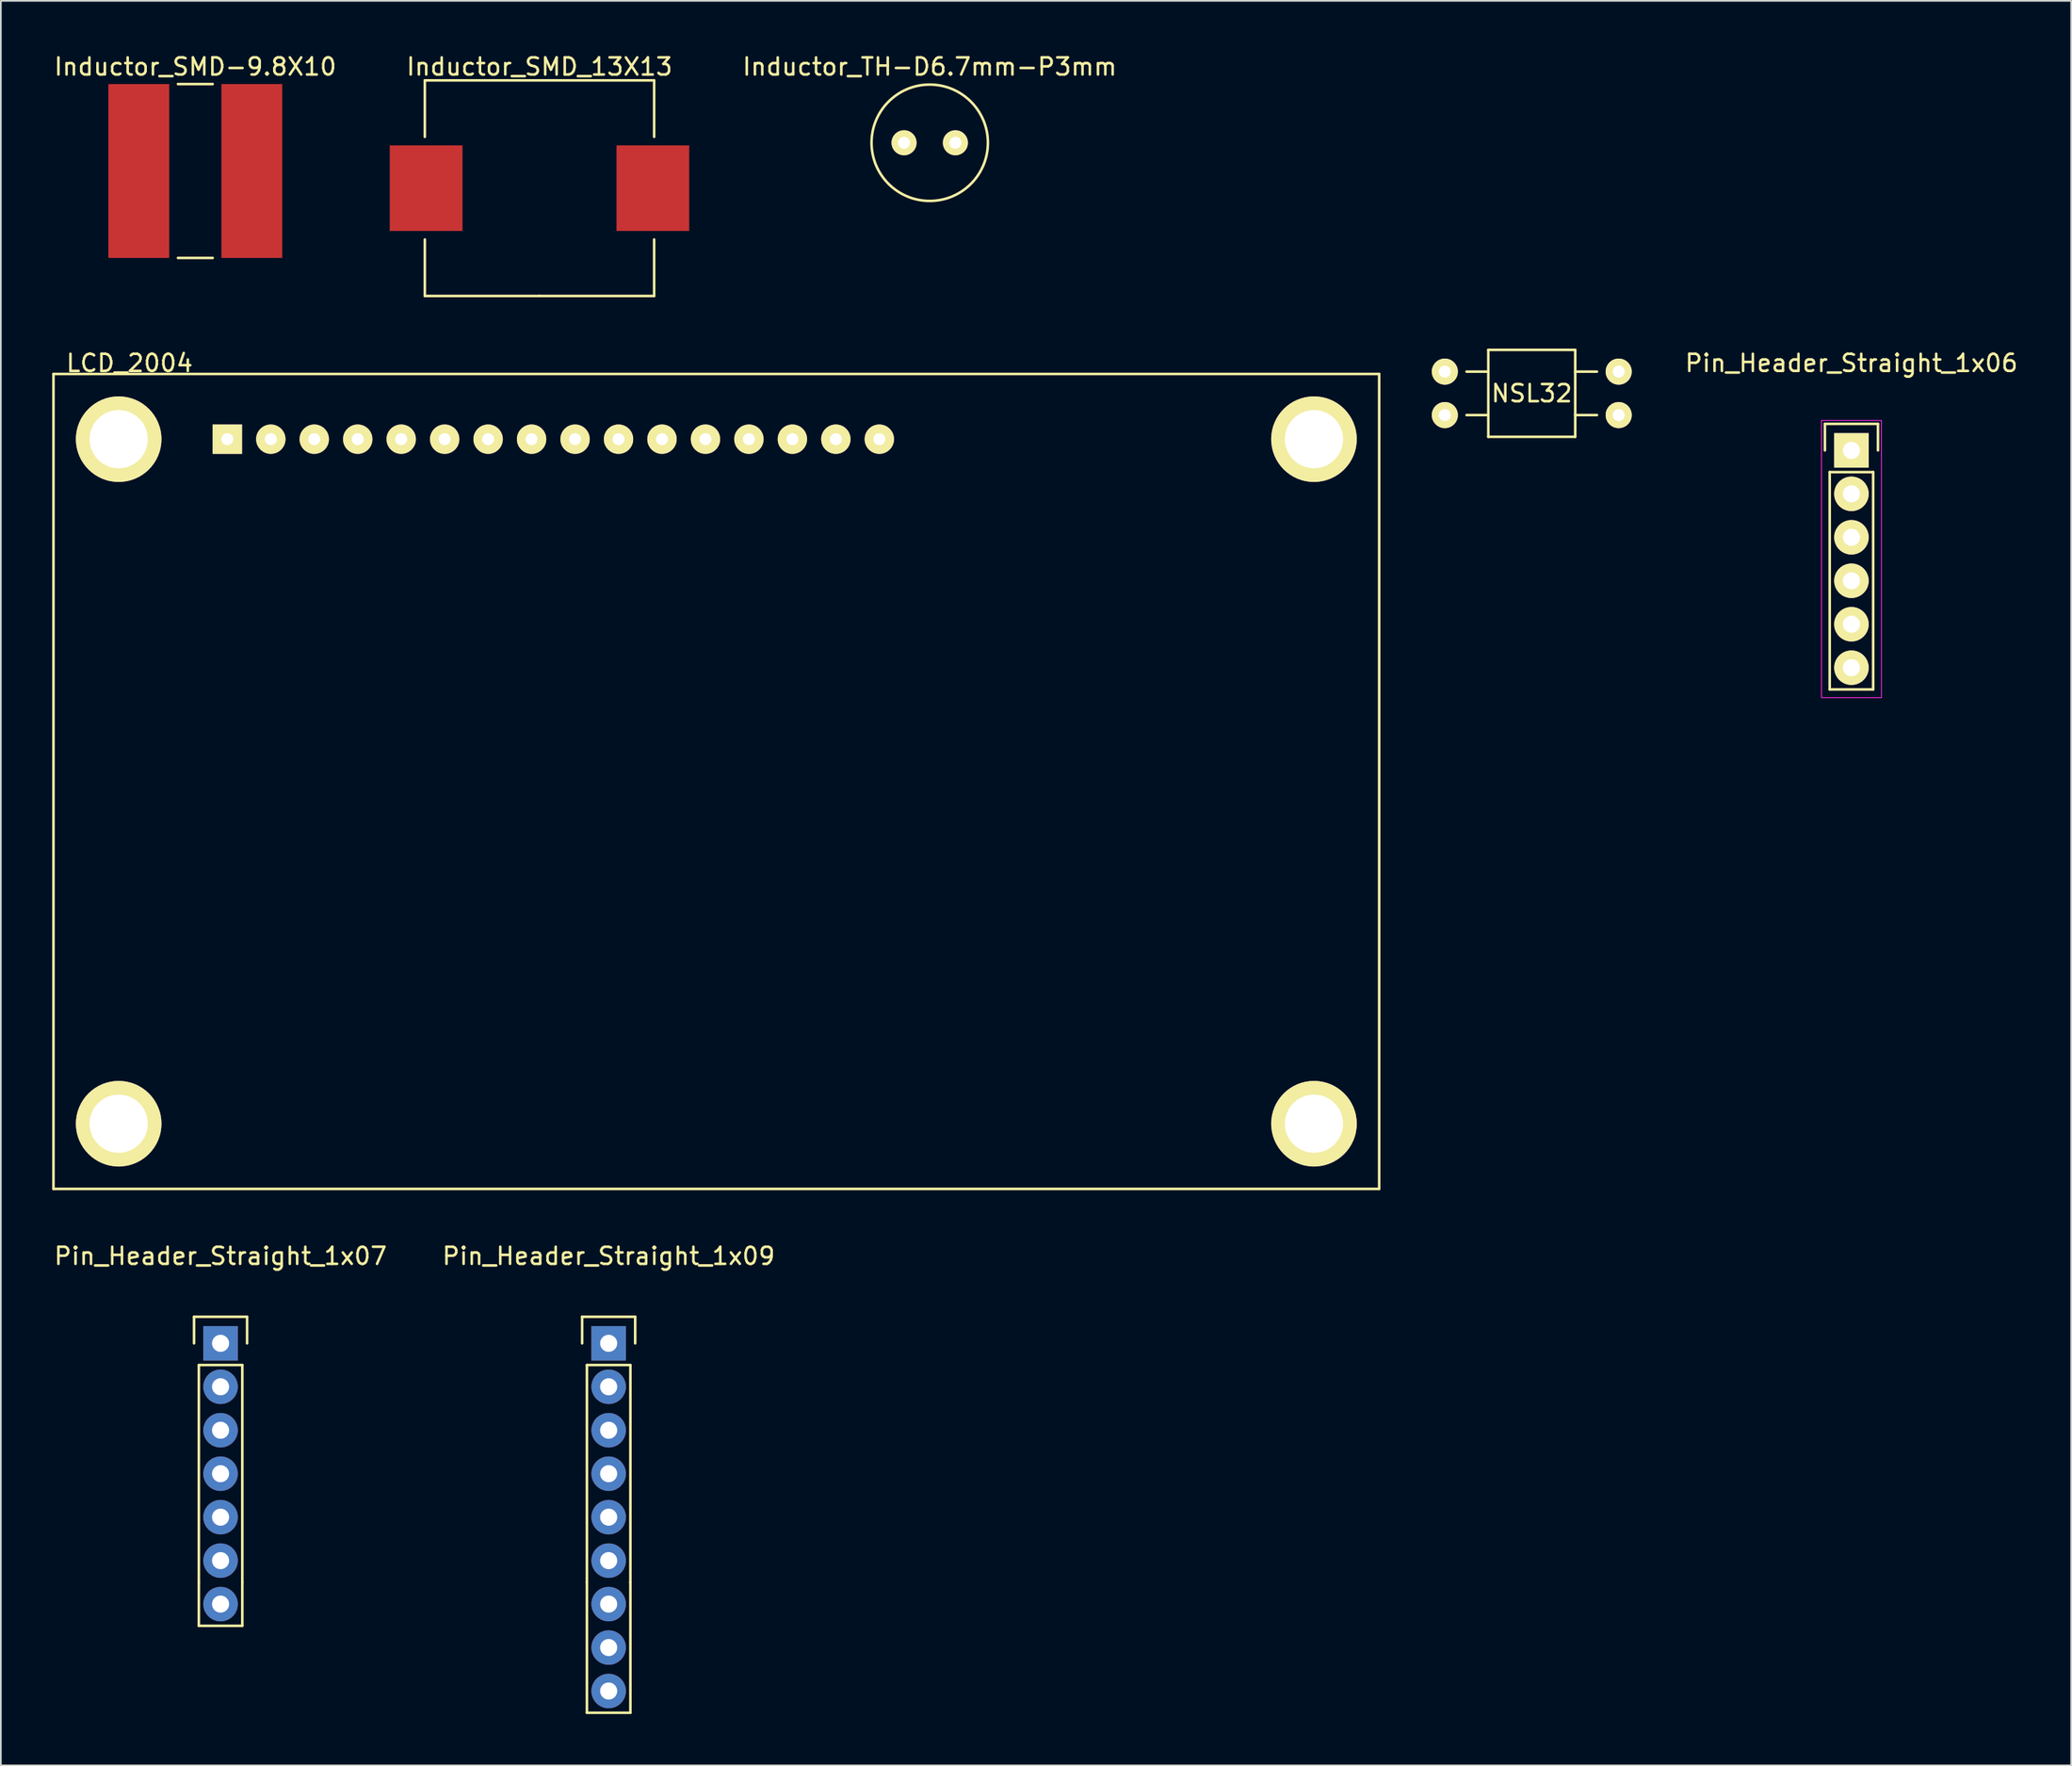
<source format=kicad_pcb>
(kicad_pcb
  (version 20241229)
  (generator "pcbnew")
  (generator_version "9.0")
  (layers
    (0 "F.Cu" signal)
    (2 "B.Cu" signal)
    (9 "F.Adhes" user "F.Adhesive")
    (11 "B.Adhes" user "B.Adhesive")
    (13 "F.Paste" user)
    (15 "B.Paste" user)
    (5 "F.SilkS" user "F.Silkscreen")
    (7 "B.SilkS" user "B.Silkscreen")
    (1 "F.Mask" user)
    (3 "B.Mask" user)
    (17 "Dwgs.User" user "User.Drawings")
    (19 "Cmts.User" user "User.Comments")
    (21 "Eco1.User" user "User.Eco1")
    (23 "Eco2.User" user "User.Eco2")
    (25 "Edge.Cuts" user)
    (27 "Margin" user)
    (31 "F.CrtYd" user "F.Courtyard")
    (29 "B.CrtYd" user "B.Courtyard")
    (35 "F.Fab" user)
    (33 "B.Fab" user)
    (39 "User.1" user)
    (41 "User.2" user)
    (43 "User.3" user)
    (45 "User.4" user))
  (footprint "Inductor_TH-D6.7mm-P3mm"
    (layer "F.Cu")
    (at 51.28 5.293)
    (property "Reference" "Inductor_TH-D6.7mm-P3mm" (at 0 -4.445 0) (layer "F.SilkS") (effects (font (size 1 1) (thickness 0.15))))
    (attr through_hole)
    (fp_circle (center 0 0) (end 3.4 0) (stroke (width 0.15) (type solid)) (fill no) (layer "F.SilkS"))
    (pad "1" thru_hole circle (at -1.5 0) (size 1.462 1.462) (drill 0.7) (layers "*.Cu" "*.Mask" "F.SilkS"))
    (pad "2" thru_hole circle (at 1.5 0) (size 1.462 1.462) (drill 0.7) (layers "*.Cu" "*.Mask" "F.SilkS")))
  (footprint "LCD_2004"
    (layer "F.Cu")
    (at 10.235 22.616)
    (property "Reference" "LCD_2004" (at -5.715 -4.445 0) (layer "F.SilkS") (effects (font (size 1 1) (thickness 0.15))))
    (attr through_hole)
    (fp_line (start -10.16 -3.81) (end 67.31 -3.81) (stroke (width 0.15) (type solid)) (layer "F.SilkS"))
    (fp_line (start -10.16 43.815) (end -10.16 -3.81) (stroke (width 0.15) (type solid)) (layer "F.SilkS"))
    (fp_line (start 67.31 -3.81) (end 67.31 43.815) (stroke (width 0.15) (type solid)) (layer "F.SilkS"))
    (fp_line (start 67.31 43.815) (end -10.16 43.815) (stroke (width 0.15) (type solid)) (layer "F.SilkS"))
    (pad "0" thru_hole circle (at -6.35 0) (size 5 5) (drill 3.4) (layers "*.Cu" "*.Mask" "F.SilkS"))
    (pad "0" thru_hole circle (at -6.35 40.005) (size 5 5) (drill 3.4) (layers "*.Cu" "*.Mask" "F.SilkS"))
    (pad "0" thru_hole circle (at 63.5 0) (size 5 5) (drill 3.4) (layers "*.Cu" "*.Mask" "F.SilkS"))
    (pad "0" thru_hole circle (at 63.5 40.005) (size 5 5) (drill 3.4) (layers "*.Cu" "*.Mask" "F.SilkS"))
    (pad "1" thru_hole rect (at 0 0) (size 1.716 1.716) (drill 0.7) (layers "*.Cu" "*.Mask" "F.SilkS"))
    (pad "2" thru_hole circle (at 2.54 0) (size 1.716 1.716) (drill 0.7) (layers "*.Cu" "*.Mask" "F.SilkS"))
    (pad "3" thru_hole circle (at 5.08 0) (size 1.716 1.716) (drill 0.7) (layers "*.Cu" "*.Mask" "F.SilkS"))
    (pad "4" thru_hole circle (at 7.62 0) (size 1.716 1.716) (drill 0.7) (layers "*.Cu" "*.Mask" "F.SilkS"))
    (pad "5" thru_hole circle (at 10.16 0) (size 1.716 1.716) (drill 0.7) (layers "*.Cu" "*.Mask" "F.SilkS"))
    (pad "6" thru_hole circle (at 12.7 0) (size 1.716 1.716) (drill 0.7) (layers "*.Cu" "*.Mask" "F.SilkS"))
    (pad "7" thru_hole circle (at 15.24 0) (size 1.716 1.716) (drill 0.7) (layers "*.Cu" "*.Mask" "F.SilkS"))
    (pad "8" thru_hole circle (at 17.78 0) (size 1.716 1.716) (drill 0.7) (layers "*.Cu" "*.Mask" "F.SilkS"))
    (pad "9" thru_hole circle (at 20.32 0) (size 1.716 1.716) (drill 0.7) (layers "*.Cu" "*.Mask" "F.SilkS"))
    (pad "10" thru_hole circle (at 22.86 0) (size 1.716 1.716) (drill 0.7) (layers "*.Cu" "*.Mask" "F.SilkS"))
    (pad "11" thru_hole circle (at 25.4 0) (size 1.716 1.716) (drill 0.7) (layers "*.Cu" "*.Mask" "F.SilkS"))
    (pad "12" thru_hole circle (at 27.94 0) (size 1.716 1.716) (drill 0.7) (layers "*.Cu" "*.Mask" "F.SilkS"))
    (pad "13" thru_hole circle (at 30.48 0) (size 1.716 1.716) (drill 0.7) (layers "*.Cu" "*.Mask" "F.SilkS"))
    (pad "14" thru_hole circle (at 33.02 0) (size 1.716 1.716) (drill 0.7) (layers "*.Cu" "*.Mask" "F.SilkS"))
    (pad "15" thru_hole circle (at 35.56 0) (size 1.716 1.716) (drill 0.7) (layers "*.Cu" "*.Mask" "F.SilkS"))
    (pad "16" thru_hole circle (at 38.1 0) (size 1.716 1.716) (drill 0.7) (layers "*.Cu" "*.Mask" "F.SilkS")))
  (footprint "Pin_Header_Straight_1x09"
    (layer "F.Cu")
    (at 32.518 75.455)
    (property "Reference" "Pin_Header_Straight_1x09" (at 0 -5.1 0) (layer "F.SilkS") (effects (font (size 1 1) (thickness 0.15))))
    (attr through_hole)
    (fp_line (start -1.55 -1.55) (end 1.55 -1.55) (stroke (width 0.15) (type solid)) (layer "F.SilkS"))
    (fp_line (start -1.55 0) (end -1.55 -1.55) (stroke (width 0.15) (type solid)) (layer "F.SilkS"))
    (fp_line (start -1.27 13.97) (end -1.27 1.27) (stroke (width 0.15) (type solid)) (layer "F.SilkS"))
    (fp_line (start -1.27 13.97) (end -1.27 21.59) (stroke (width 0.15) (type solid)) (layer "F.SilkS"))
    (fp_line (start -1.27 21.59) (end 1.27 21.59) (stroke (width 0.15) (type solid)) (layer "F.SilkS"))
    (fp_line (start 1.27 1.27) (end -1.27 1.27) (stroke (width 0.15) (type solid)) (layer "F.SilkS"))
    (fp_line (start 1.27 1.27) (end 1.27 13.97) (stroke (width 0.15) (type solid)) (layer "F.SilkS"))
    (fp_line (start 1.27 21.59) (end 1.27 13.97) (stroke (width 0.15) (type solid)) (layer "F.SilkS"))
    (fp_line (start 1.55 -1.55) (end 1.55 0) (stroke (width 0.15) (type solid)) (layer "F.SilkS"))
    (pad "1" thru_hole rect (at 0 0) (size 2.016 2.016) (drill 1) (layers "*.Cu" "*.Mask"))
    (pad "2" thru_hole circle (at 0 2.54) (size 2.016 2.016) (drill 1) (layers "*.Cu" "*.Mask"))
    (pad "3" thru_hole circle (at 0 5.08) (size 2.016 2.016) (drill 1) (layers "*.Cu" "*.Mask"))
    (pad "4" thru_hole circle (at 0 7.62) (size 2.016 2.016) (drill 1) (layers "*.Cu" "*.Mask"))
    (pad "5" thru_hole circle (at 0 10.16) (size 2.016 2.016) (drill 1) (layers "*.Cu" "*.Mask"))
    (pad "6" thru_hole circle (at 0 12.7) (size 2.016 2.016) (drill 1) (layers "*.Cu" "*.Mask"))
    (pad "7" thru_hole circle (at 0 15.24) (size 2.016 2.016) (drill 1) (layers "*.Cu" "*.Mask"))
    (pad "8" thru_hole circle (at 0 17.78) (size 2.016 2.016) (drill 1) (layers "*.Cu" "*.Mask"))
    (pad "9" thru_hole circle (at 0 20.32) (size 2.016 2.016) (drill 1) (layers "*.Cu" "*.Mask")))
  (footprint "Pin_Header_Straight_1x06"
    (layer "F.Cu")
    (at 105.143 23.271)
    (property "Reference" "Pin_Header_Straight_1x06" (at 0 -5.1 0) (layer "F.SilkS") (effects (font (size 1 1) (thickness 0.15))))
    (attr through_hole)
    (fp_line (start -1.55 -1.55) (end 1.55 -1.55) (stroke (width 0.15) (type solid)) (layer "F.SilkS"))
    (fp_line (start -1.55 0) (end -1.55 -1.55) (stroke (width 0.15) (type solid)) (layer "F.SilkS"))
    (fp_line (start -1.27 13.97) (end -1.27 1.27) (stroke (width 0.15) (type solid)) (layer "F.SilkS"))
    (fp_line (start 1.27 1.27) (end -1.27 1.27) (stroke (width 0.15) (type solid)) (layer "F.SilkS"))
    (fp_line (start 1.27 1.27) (end 1.27 13.97) (stroke (width 0.15) (type solid)) (layer "F.SilkS"))
    (fp_line (start 1.27 13.97) (end -1.27 13.97) (stroke (width 0.15) (type solid)) (layer "F.SilkS"))
    (fp_line (start 1.55 -1.55) (end 1.55 0) (stroke (width 0.15) (type solid)) (layer "F.SilkS"))
    (fp_line (start -1.75 -1.75) (end -1.75 14.45) (stroke (width 0.05) (type solid)) (layer "F.CrtYd"))
    (fp_line (start -1.75 -1.75) (end 1.75 -1.75) (stroke (width 0.05) (type solid)) (layer "F.CrtYd"))
    (fp_line (start -1.75 14.45) (end 1.75 14.45) (stroke (width 0.05) (type solid)) (layer "F.CrtYd"))
    (fp_line (start 1.75 -1.75) (end 1.75 14.45) (stroke (width 0.05) (type solid)) (layer "F.CrtYd"))
    (pad "1" thru_hole rect (at 0 0) (size 2.016 2.016) (drill 1) (layers "*.Cu" "*.Mask" "F.SilkS"))
    (pad "2" thru_hole circle (at 0 2.54) (size 2.016 2.016) (drill 1) (layers "*.Cu" "*.Mask" "F.SilkS"))
    (pad "3" thru_hole circle (at 0 5.08) (size 2.016 2.016) (drill 1) (layers "*.Cu" "*.Mask" "F.SilkS"))
    (pad "4" thru_hole circle (at 0 7.62) (size 2.016 2.016) (drill 1) (layers "*.Cu" "*.Mask" "F.SilkS"))
    (pad "5" thru_hole circle (at 0 10.16) (size 2.016 2.016) (drill 1) (layers "*.Cu" "*.Mask" "F.SilkS"))
    (pad "6" thru_hole circle (at 0 12.7) (size 2.016 2.016) (drill 1) (layers "*.Cu" "*.Mask" "F.SilkS")))
  (footprint "Inductor_SMD-9.8X10"
    (layer "F.Cu")
    (at 8.363 6.944)
    (property "Reference" "Inductor_SMD-9.8X10" (at 0 -6.096 0) (layer "F.SilkS") (effects (font (size 1 1) (thickness 0.15))))
    (attr through_hole)
    (fp_line (start -1.016 5.08) (end 1.016 5.08) (stroke (width 0.15) (type solid)) (layer "F.SilkS"))
    (fp_line (start 1.016 -5.08) (end -1.016 -5.08) (stroke (width 0.15) (type solid)) (layer "F.SilkS"))
    (pad "1" smd rect (at -3.302 0) (size 3.556 10.16) (layers "F.Cu" "F.Mask" "F.Paste"))
    (pad "2" smd rect (at 3.302 0) (size 3.556 10.16) (layers "F.Cu" "F.Mask" "F.Paste")))
  (footprint "NSL32"
    (layer "F.Cu")
    (at 86.462 19.938)
    (property "Reference" "NSL32" (at 0 0 180) (layer "F.SilkS") (effects (font (size 1 1) (thickness 0.15))))
    (attr through_hole)
    (fp_line (start -3.81 -1.27) (end -2.54 -1.27) (stroke (width 0.15) (type solid)) (layer "F.SilkS"))
    (fp_line (start -3.81 1.27) (end -2.54 1.27) (stroke (width 0.15) (type solid)) (layer "F.SilkS"))
    (fp_line (start -2.54 -2.54) (end 2.54 -2.54) (stroke (width 0.15) (type solid)) (layer "F.SilkS"))
    (fp_line (start -2.54 2.54) (end -2.54 -2.54) (stroke (width 0.15) (type solid)) (layer "F.SilkS"))
    (fp_line (start 2.54 -2.54) (end 2.54 2.54) (stroke (width 0.15) (type solid)) (layer "F.SilkS"))
    (fp_line (start 2.54 -1.27) (end 3.81 -1.27) (stroke (width 0.15) (type solid)) (layer "F.SilkS"))
    (fp_line (start 2.54 2.54) (end -2.54 2.54) (stroke (width 0.15) (type solid)) (layer "F.SilkS"))
    (fp_line (start 3.81 1.27) (end 2.54 1.27) (stroke (width 0.15) (type solid)) (layer "F.SilkS"))
    (pad "1" thru_hole circle (at 5.08 -1.27) (size 1.524 1.524) (drill 0.7) (layers "*.Cu" "*.Mask" "F.SilkS"))
    (pad "2" thru_hole circle (at 5.08 1.27) (size 1.524 1.524) (drill 0.7) (layers "*.Cu" "*.Mask" "F.SilkS"))
    (pad "3" thru_hole circle (at -5.08 -1.27) (size 1.524 1.524) (drill 0.7) (layers "*.Cu" "*.Mask" "F.SilkS"))
    (pad "4" thru_hole circle (at -5.08 1.27) (size 1.524 1.524) (drill 0.7) (layers "*.Cu" "*.Mask" "F.SilkS")))
  (footprint "Inductor_SMD_13X13"
    (layer "F.Cu")
    (at 28.476 7.948)
    (property "Reference" "Inductor_SMD_13X13" (at 0 -7.1 0) (layer "F.SilkS") (effects (font (size 1 1) (thickness 0.15))))
    (attr through_hole)
    (fp_line (start -6.7 -6.3) (end -6.7 -3) (stroke (width 0.15) (type solid)) (layer "F.SilkS"))
    (fp_line (start -6.7 -6.3) (end 6.7 -6.3) (stroke (width 0.15) (type solid)) (layer "F.SilkS"))
    (fp_line (start -6.7 6.3) (end -6.7 3) (stroke (width 0.15) (type solid)) (layer "F.SilkS"))
    (fp_line (start 0 6.3) (end -6.7 6.3) (stroke (width 0.15) (type solid)) (layer "F.SilkS"))
    (fp_line (start 6.7 -6.3) (end 6.7 -3) (stroke (width 0.15) (type solid)) (layer "F.SilkS"))
    (fp_line (start 6.7 3) (end 6.7 6.3) (stroke (width 0.15) (type solid)) (layer "F.SilkS"))
    (fp_line (start 6.7 6.3) (end 0 6.3) (stroke (width 0.15) (type solid)) (layer "F.SilkS"))
    (pad "1" smd rect (at -6.625 0) (size 4.25 5) (layers "F.Cu" "F.Mask" "F.Paste"))
    (pad "2" smd rect (at 6.625 0) (size 4.25 5) (layers "F.Cu" "F.Mask" "F.Paste")))
  (footprint "Pin_Header_Straight_1x07"
    (layer "F.Cu")
    (at 9.839 75.455)
    (property "Reference" "Pin_Header_Straight_1x07" (at 0 -5.1 0) (layer "F.SilkS") (effects (font (size 1 1) (thickness 0.15))))
    (attr through_hole)
    (fp_line (start -1.55 -1.55) (end 1.55 -1.55) (stroke (width 0.15) (type solid)) (layer "F.SilkS"))
    (fp_line (start -1.55 0) (end -1.55 -1.55) (stroke (width 0.15) (type solid)) (layer "F.SilkS"))
    (fp_line (start -1.27 13.97) (end -1.27 1.27) (stroke (width 0.15) (type solid)) (layer "F.SilkS"))
    (fp_line (start -1.27 13.97) (end -1.27 16.51) (stroke (width 0.15) (type solid)) (layer "F.SilkS"))
    (fp_line (start -1.27 16.51) (end 1.27 16.51) (stroke (width 0.15) (type solid)) (layer "F.SilkS"))
    (fp_line (start 1.27 1.27) (end -1.27 1.27) (stroke (width 0.15) (type solid)) (layer "F.SilkS"))
    (fp_line (start 1.27 1.27) (end 1.27 13.97) (stroke (width 0.15) (type solid)) (layer "F.SilkS"))
    (fp_line (start 1.27 16.51) (end 1.27 13.97) (stroke (width 0.15) (type solid)) (layer "F.SilkS"))
    (fp_line (start 1.55 -1.55) (end 1.55 0) (stroke (width 0.15) (type solid)) (layer "F.SilkS"))
    (pad "1" thru_hole rect (at 0 0) (size 2.016 2.016) (drill 1) (layers "*.Cu" "*.Mask"))
    (pad "2" thru_hole circle (at 0 2.54) (size 2.016 2.016) (drill 1) (layers "*.Cu" "*.Mask"))
    (pad "3" thru_hole circle (at 0 5.08) (size 2.016 2.016) (drill 1) (layers "*.Cu" "*.Mask"))
    (pad "4" thru_hole circle (at 0 7.62) (size 2.016 2.016) (drill 1) (layers "*.Cu" "*.Mask"))
    (pad "5" thru_hole circle (at 0 10.16) (size 2.016 2.016) (drill 1) (layers "*.Cu" "*.Mask"))
    (pad "6" thru_hole circle (at 0 12.7) (size 2.016 2.016) (drill 1) (layers "*.Cu" "*.Mask"))
    (pad "7" thru_hole circle (at 0 15.24) (size 2.016 2.016) (drill 1) (layers "*.Cu" "*.Mask")))
  (gr_rect
    (start -3 -3)
    (end 117.983 100.12)
    (stroke (width 0.1) (type default))
    (fill no)
    (layer "Edge.Cuts")))
</source>
